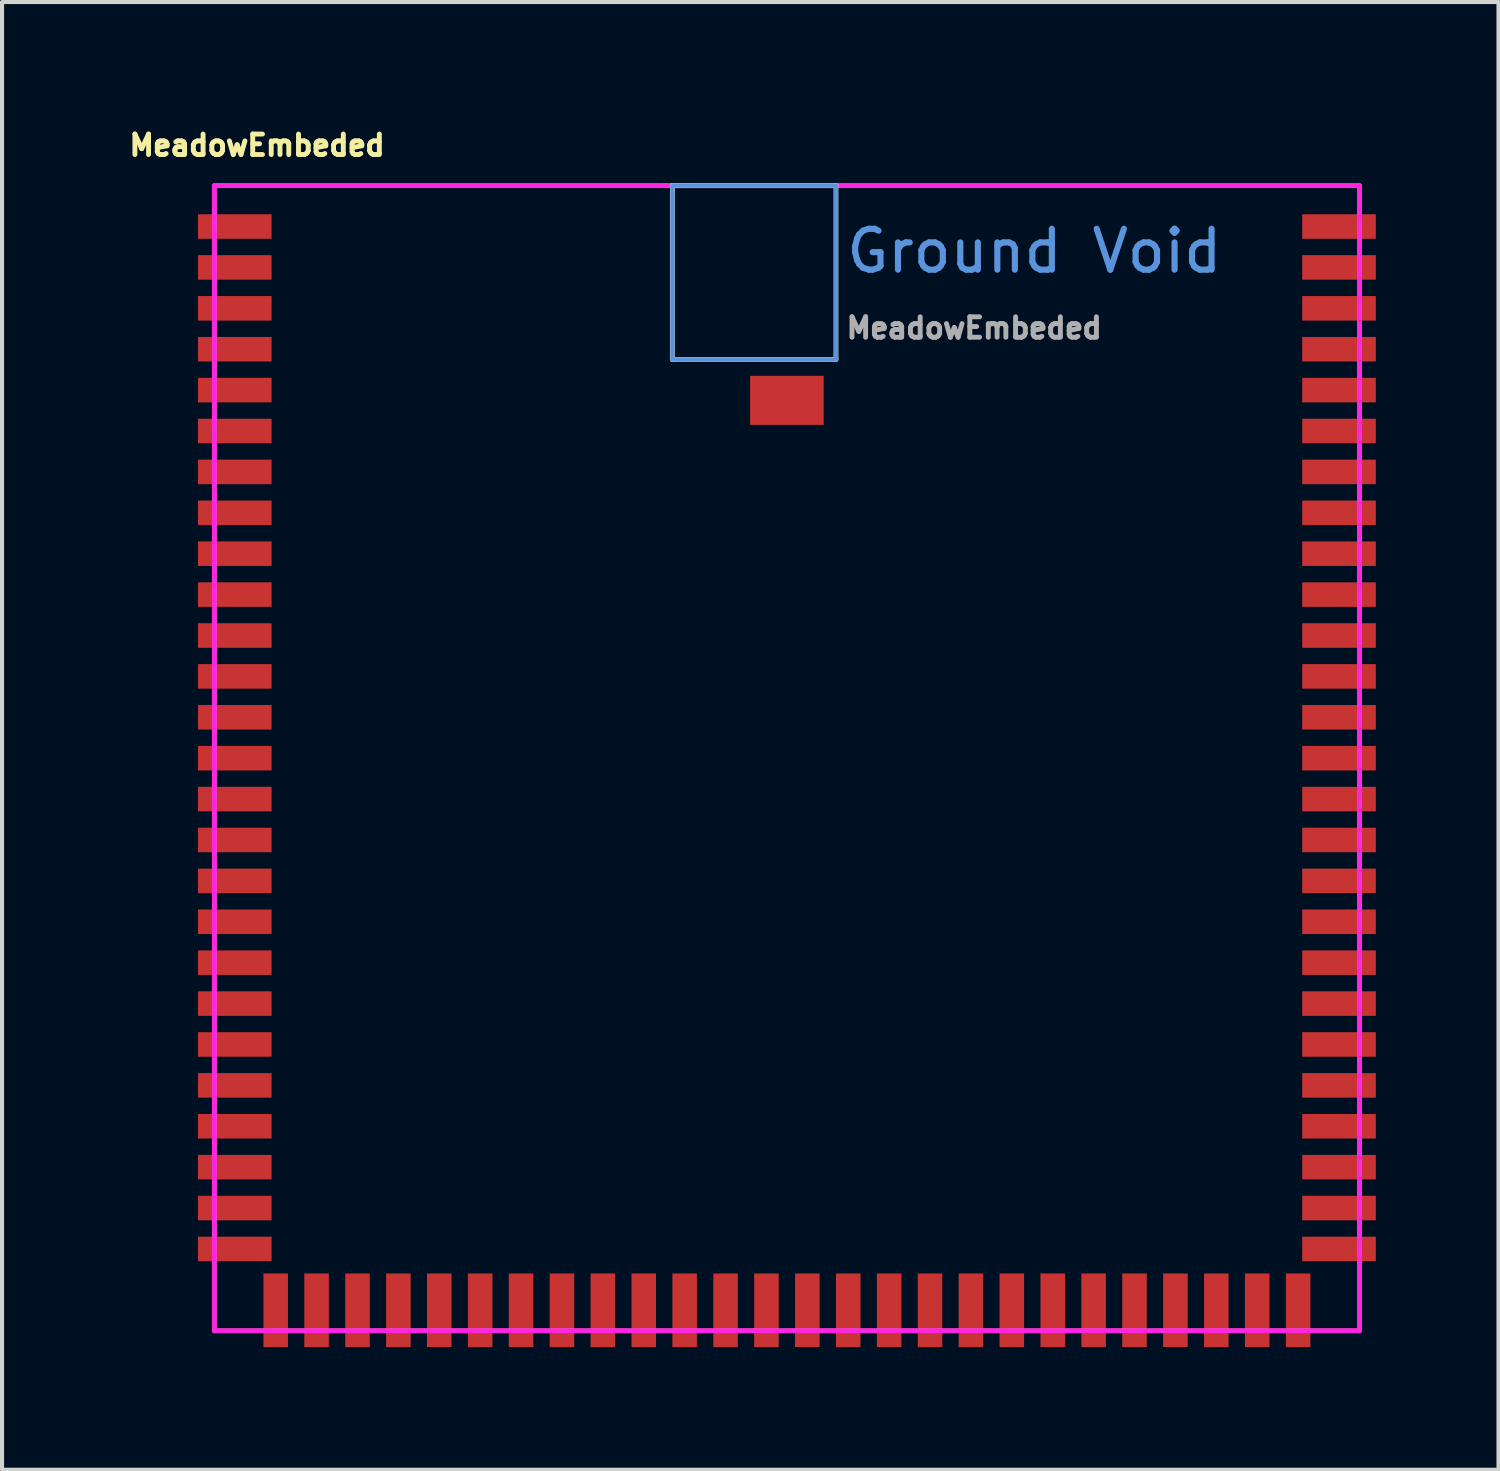
<source format=kicad_pcb>
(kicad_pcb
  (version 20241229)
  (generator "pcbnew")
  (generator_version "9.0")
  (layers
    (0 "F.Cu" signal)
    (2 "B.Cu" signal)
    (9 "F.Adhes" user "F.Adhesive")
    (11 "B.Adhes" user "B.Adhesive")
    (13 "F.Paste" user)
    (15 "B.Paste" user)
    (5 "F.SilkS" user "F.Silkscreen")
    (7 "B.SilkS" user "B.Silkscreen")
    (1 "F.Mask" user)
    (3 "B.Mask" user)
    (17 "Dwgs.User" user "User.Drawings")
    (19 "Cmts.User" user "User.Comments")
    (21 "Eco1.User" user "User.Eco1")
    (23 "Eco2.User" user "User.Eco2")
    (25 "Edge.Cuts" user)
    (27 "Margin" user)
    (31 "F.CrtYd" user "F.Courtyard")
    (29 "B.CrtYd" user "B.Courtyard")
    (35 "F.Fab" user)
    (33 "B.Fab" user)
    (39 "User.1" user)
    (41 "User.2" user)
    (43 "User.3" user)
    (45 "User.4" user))
  (footprint "MeadowEmbeded"
    (layer "F.Cu")
    (at 16.191 15.489)
    (property "Reference" "MeadowEmbeded" (at -12.954 -14.986 0) (layer "F.SilkS") (effects (font (size 0.5 0.5) (thickness 0.12))))
    (attr smd)
    (fp_line (start -14 -14) (end -14 14) (stroke (width 0.102) (type solid)) (layer "F.SilkS"))
    (fp_line (start -14 14) (end 14 14) (stroke (width 0.102) (type solid)) (layer "F.SilkS"))
    (fp_line (start 14 -14) (end -14 -14) (stroke (width 0.102) (type solid)) (layer "F.SilkS"))
    (fp_line (start 14 14) (end 14 -14) (stroke (width 0.102) (type solid)) (layer "F.SilkS"))
    (fp_line (start -2.8 -14) (end -2.8 -9.75) (stroke (width 0.12) (type solid)) (layer "Dwgs.User"))
    (fp_line (start -2.8 -9.75) (end 1.2 -9.75) (stroke (width 0.12) (type solid)) (layer "Dwgs.User"))
    (fp_line (start 1.2 -14) (end -2.8 -14) (stroke (width 0.12) (type solid)) (layer "Dwgs.User"))
    (fp_line (start 1.2 -9.75) (end 1.2 -14) (stroke (width 0.12) (type solid)) (layer "Dwgs.User"))
    (fp_poly (pts (xy 1.2 -9.75) (xy -2.8 -9.75) (xy -2.8 -14) (xy 1.2 -14)) (stroke (width 0.1) (type solid)) (fill no) (layer "Cmts.User"))
    (fp_line (start -14 -14) (end -14 14) (stroke (width 0.12) (type solid)) (layer "F.CrtYd"))
    (fp_line (start -14 14) (end 14 14) (stroke (width 0.12) (type solid)) (layer "F.CrtYd"))
    (fp_line (start 14 -14) (end -14 -14) (stroke (width 0.12) (type solid)) (layer "F.CrtYd"))
    (fp_line (start 14 14) (end 14 -14) (stroke (width 0.12) (type solid)) (layer "F.CrtYd"))
    (fp_text user "Ground Void" (at 6.05 -12.4 0) (layer "Cmts.User") (effects (font (size 1 1) (thickness 0.15))))
    (fp_text user "${REFERENCE}" (at 4.58 -10.518 0) (layer "F.Fab") (effects (font (size 0.5 0.5) (thickness 0.12))))
    (pad "1" smd rect (at -13.5 -13 180) (size 1.8 0.6) (layers "F.Cu" "F.Mask" "F.Paste"))
    (pad "2" smd rect (at -13.5 -12 180) (size 1.8 0.6) (layers "F.Cu" "F.Mask" "F.Paste"))
    (pad "3" smd rect (at -13.5 -11 180) (size 1.8 0.6) (layers "F.Cu" "F.Mask" "F.Paste"))
    (pad "4" smd rect (at -13.5 -10 180) (size 1.8 0.6) (layers "F.Cu" "F.Mask" "F.Paste"))
    (pad "5" smd rect (at -13.5 -9 180) (size 1.8 0.6) (layers "F.Cu" "F.Mask" "F.Paste"))
    (pad "6" smd rect (at -13.5 -8 180) (size 1.8 0.6) (layers "F.Cu" "F.Mask" "F.Paste"))
    (pad "7" smd rect (at -13.5 -7 180) (size 1.8 0.6) (layers "F.Cu" "F.Mask" "F.Paste"))
    (pad "8" smd rect (at -13.5 -6 180) (size 1.8 0.6) (layers "F.Cu" "F.Mask" "F.Paste"))
    (pad "9" smd rect (at -13.5 -5 180) (size 1.8 0.6) (layers "F.Cu" "F.Mask" "F.Paste"))
    (pad "10" smd rect (at -13.5 -4 180) (size 1.8 0.6) (layers "F.Cu" "F.Mask" "F.Paste"))
    (pad "11" smd rect (at -13.5 -3 180) (size 1.8 0.6) (layers "F.Cu" "F.Mask" "F.Paste"))
    (pad "12" smd rect (at -13.5 -2 180) (size 1.8 0.6) (layers "F.Cu" "F.Mask" "F.Paste"))
    (pad "13" smd rect (at -13.5 -1 180) (size 1.8 0.6) (layers "F.Cu" "F.Mask" "F.Paste"))
    (pad "14" smd rect (at -13.5 0 180) (size 1.8 0.6) (layers "F.Cu" "F.Mask" "F.Paste"))
    (pad "15" smd rect (at -13.5 1 180) (size 1.8 0.6) (layers "F.Cu" "F.Mask" "F.Paste"))
    (pad "16" smd rect (at -13.5 2 180) (size 1.8 0.6) (layers "F.Cu" "F.Mask" "F.Paste"))
    (pad "17" smd rect (at -13.5 3 180) (size 1.8 0.6) (layers "F.Cu" "F.Mask" "F.Paste"))
    (pad "18" smd rect (at -13.5 4 180) (size 1.8 0.6) (layers "F.Cu" "F.Mask" "F.Paste"))
    (pad "19" smd rect (at -13.5 5 180) (size 1.8 0.6) (layers "F.Cu" "F.Mask" "F.Paste"))
    (pad "20" smd rect (at -13.5 6 180) (size 1.8 0.6) (layers "F.Cu" "F.Mask" "F.Paste"))
    (pad "21" smd rect (at -13.5 7 180) (size 1.8 0.6) (layers "F.Cu" "F.Mask" "F.Paste"))
    (pad "22" smd rect (at -13.5 8 180) (size 1.8 0.6) (layers "F.Cu" "F.Mask" "F.Paste"))
    (pad "23" smd rect (at -13.5 9 180) (size 1.8 0.6) (layers "F.Cu" "F.Mask" "F.Paste"))
    (pad "24" smd rect (at -13.5 10 180) (size 1.8 0.6) (layers "F.Cu" "F.Mask" "F.Paste"))
    (pad "25" smd rect (at -13.5 11 180) (size 1.8 0.6) (layers "F.Cu" "F.Mask" "F.Paste"))
    (pad "26" smd rect (at -13.5 12 180) (size 1.8 0.6) (layers "F.Cu" "F.Mask" "F.Paste"))
    (pad "27" smd rect (at -12.5 13.5 90) (size 1.8 0.6) (layers "F.Cu" "F.Mask" "F.Paste"))
    (pad "28" smd rect (at -11.5 13.5 90) (size 1.8 0.6) (layers "F.Cu" "F.Mask" "F.Paste"))
    (pad "29" smd rect (at -10.5 13.5 90) (size 1.8 0.6) (layers "F.Cu" "F.Mask" "F.Paste"))
    (pad "30" smd rect (at -9.5 13.5 90) (size 1.8 0.6) (layers "F.Cu" "F.Mask" "F.Paste"))
    (pad "31" smd rect (at -8.5 13.5 90) (size 1.8 0.6) (layers "F.Cu" "F.Mask" "F.Paste"))
    (pad "32" smd rect (at -7.5 13.5 90) (size 1.8 0.6) (layers "F.Cu" "F.Mask" "F.Paste"))
    (pad "33" smd rect (at -6.5 13.5 90) (size 1.8 0.6) (layers "F.Cu" "F.Mask" "F.Paste"))
    (pad "34" smd rect (at -5.5 13.5 90) (size 1.8 0.6) (layers "F.Cu" "F.Mask" "F.Paste"))
    (pad "35" smd rect (at -4.5 13.5 90) (size 1.8 0.6) (layers "F.Cu" "F.Mask" "F.Paste"))
    (pad "36" smd rect (at -3.5 13.5 90) (size 1.8 0.6) (layers "F.Cu" "F.Mask" "F.Paste"))
    (pad "37" smd rect (at -2.5 13.5 90) (size 1.8 0.6) (layers "F.Cu" "F.Mask" "F.Paste"))
    (pad "38" smd rect (at -1.5 13.5 90) (size 1.8 0.6) (layers "F.Cu" "F.Mask" "F.Paste"))
    (pad "39" smd rect (at -0.5 13.5 90) (size 1.8 0.6) (layers "F.Cu" "F.Mask" "F.Paste"))
    (pad "40" smd rect (at 0.5 13.5 90) (size 1.8 0.6) (layers "F.Cu" "F.Mask" "F.Paste"))
    (pad "41" smd rect (at 1.5 13.5 90) (size 1.8 0.6) (layers "F.Cu" "F.Mask" "F.Paste"))
    (pad "42" smd rect (at 2.5 13.5 90) (size 1.8 0.6) (layers "F.Cu" "F.Mask" "F.Paste"))
    (pad "43" smd rect (at 3.5 13.5 90) (size 1.8 0.6) (layers "F.Cu" "F.Mask" "F.Paste"))
    (pad "44" smd rect (at 4.5 13.5 90) (size 1.8 0.6) (layers "F.Cu" "F.Mask" "F.Paste"))
    (pad "45" smd rect (at 5.5 13.5 90) (size 1.8 0.6) (layers "F.Cu" "F.Mask" "F.Paste"))
    (pad "46" smd rect (at 6.5 13.5 90) (size 1.8 0.6) (layers "F.Cu" "F.Mask" "F.Paste"))
    (pad "47" smd rect (at 7.5 13.5 90) (size 1.8 0.6) (layers "F.Cu" "F.Mask" "F.Paste"))
    (pad "48" smd rect (at 8.5 13.5 90) (size 1.8 0.6) (layers "F.Cu" "F.Mask" "F.Paste"))
    (pad "49" smd rect (at 9.5 13.5 90) (size 1.8 0.6) (layers "F.Cu" "F.Mask" "F.Paste"))
    (pad "50" smd rect (at 10.5 13.5 90) (size 1.8 0.6) (layers "F.Cu" "F.Mask" "F.Paste"))
    (pad "51" smd rect (at 11.5 13.5 90) (size 1.8 0.6) (layers "F.Cu" "F.Mask" "F.Paste"))
    (pad "52" smd rect (at 12.5 13.5 90) (size 1.8 0.6) (layers "F.Cu" "F.Mask" "F.Paste"))
    (pad "53" smd rect (at 13.5 12 180) (size 1.8 0.6) (layers "F.Cu" "F.Mask" "F.Paste"))
    (pad "54" smd rect (at 13.5 11 180) (size 1.8 0.6) (layers "F.Cu" "F.Mask" "F.Paste"))
    (pad "55" smd rect (at 13.5 10 180) (size 1.8 0.6) (layers "F.Cu" "F.Mask" "F.Paste"))
    (pad "56" smd rect (at 13.5 9 180) (size 1.8 0.6) (layers "F.Cu" "F.Mask" "F.Paste"))
    (pad "57" smd rect (at 13.5 8 180) (size 1.8 0.6) (layers "F.Cu" "F.Mask" "F.Paste"))
    (pad "58" smd rect (at 13.5 7 180) (size 1.8 0.6) (layers "F.Cu" "F.Mask" "F.Paste"))
    (pad "59" smd rect (at 13.5 6 180) (size 1.8 0.6) (layers "F.Cu" "F.Mask" "F.Paste"))
    (pad "60" smd rect (at 13.5 5 180) (size 1.8 0.6) (layers "F.Cu" "F.Mask" "F.Paste"))
    (pad "61" smd rect (at 13.5 4 180) (size 1.8 0.6) (layers "F.Cu" "F.Mask" "F.Paste"))
    (pad "62" smd rect (at 13.5 3 180) (size 1.8 0.6) (layers "F.Cu" "F.Mask" "F.Paste"))
    (pad "63" smd rect (at 13.5 2 180) (size 1.8 0.6) (layers "F.Cu" "F.Mask" "F.Paste"))
    (pad "64" smd rect (at 13.5 1 180) (size 1.8 0.6) (layers "F.Cu" "F.Mask" "F.Paste"))
    (pad "65" smd rect (at 13.5 0 180) (size 1.8 0.6) (layers "F.Cu" "F.Mask" "F.Paste"))
    (pad "66" smd rect (at 13.5 -1 180) (size 1.8 0.6) (layers "F.Cu" "F.Mask" "F.Paste"))
    (pad "67" smd rect (at 13.5 -2 180) (size 1.8 0.6) (layers "F.Cu" "F.Mask" "F.Paste"))
    (pad "68" smd rect (at 13.5 -3 180) (size 1.8 0.6) (layers "F.Cu" "F.Mask" "F.Paste"))
    (pad "69" smd rect (at 13.5 -4 180) (size 1.8 0.6) (layers "F.Cu" "F.Mask" "F.Paste"))
    (pad "70" smd rect (at 13.5 -5 180) (size 1.8 0.6) (layers "F.Cu" "F.Mask" "F.Paste"))
    (pad "71" smd rect (at 13.5 -6 180) (size 1.8 0.6) (layers "F.Cu" "F.Mask" "F.Paste"))
    (pad "72" smd rect (at 13.5 -7 180) (size 1.8 0.6) (layers "F.Cu" "F.Mask" "F.Paste"))
    (pad "73" smd rect (at 13.5 -8 180) (size 1.8 0.6) (layers "F.Cu" "F.Mask" "F.Paste"))
    (pad "74" smd rect (at 13.5 -9 180) (size 1.8 0.6) (layers "F.Cu" "F.Mask" "F.Paste"))
    (pad "75" smd rect (at 13.5 -10 180) (size 1.8 0.6) (layers "F.Cu" "F.Mask" "F.Paste"))
    (pad "76" smd rect (at 13.5 -11 180) (size 1.8 0.6) (layers "F.Cu" "F.Mask" "F.Paste"))
    (pad "77" smd rect (at 13.5 -12 180) (size 1.8 0.6) (layers "F.Cu" "F.Mask" "F.Paste"))
    (pad "78" smd rect (at 13.5 -13 180) (size 1.8 0.6) (layers "F.Cu" "F.Mask" "F.Paste"))
    (pad "79" smd rect (at 0 -8.75) (size 1.8 1.2) (layers "F.Cu" "F.Mask" "F.Paste")))
  (gr_rect
    (start -3 -3)
    (end 33.591 32.889)
    (stroke (width 0.1) (type default))
    (fill no)
    (layer "Edge.Cuts")))
</source>
